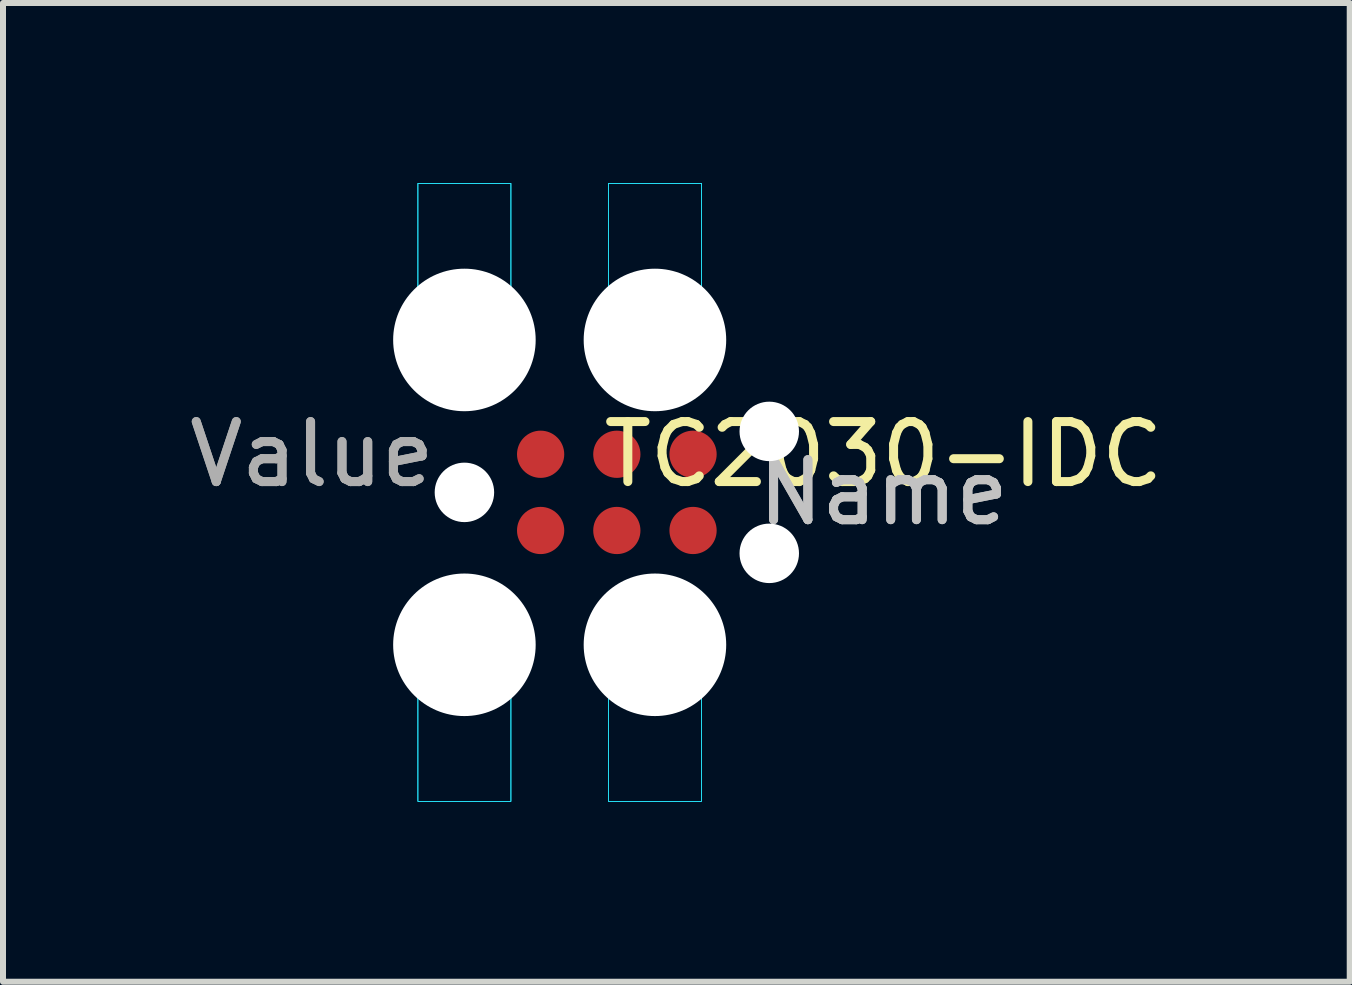
<source format=kicad_pcb>
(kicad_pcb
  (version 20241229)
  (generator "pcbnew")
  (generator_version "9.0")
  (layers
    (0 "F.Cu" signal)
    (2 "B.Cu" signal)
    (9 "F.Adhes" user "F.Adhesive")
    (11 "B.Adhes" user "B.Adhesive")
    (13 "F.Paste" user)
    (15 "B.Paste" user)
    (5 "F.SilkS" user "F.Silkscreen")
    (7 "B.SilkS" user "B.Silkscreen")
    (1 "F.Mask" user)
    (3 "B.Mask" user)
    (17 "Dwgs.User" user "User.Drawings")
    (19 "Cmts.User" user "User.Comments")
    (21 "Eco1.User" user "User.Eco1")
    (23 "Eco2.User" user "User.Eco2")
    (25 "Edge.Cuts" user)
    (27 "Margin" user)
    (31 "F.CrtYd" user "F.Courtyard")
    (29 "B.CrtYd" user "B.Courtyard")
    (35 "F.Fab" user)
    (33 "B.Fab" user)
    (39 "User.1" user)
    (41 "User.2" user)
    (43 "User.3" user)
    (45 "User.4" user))
  (footprint "TC2030-IDC"
    (layer "F.Cu")
    (at 7.229 5.155)
    (property "Reference" "TC2030-IDC" (at 4.445 -0.635 180) (layer "F.SilkS") (effects (font (size 1 1) (thickness 0.15))))
    (attr through_hole)
    (fp_poly (pts (xy -3.315 -5.15) (xy -1.765 -5.15) (xy -1.765 -2.54) (xy -3.315 -2.54)) (stroke (width 0.01) (type solid)) (fill no) (layer "B.CrtYd"))
    (fp_poly (pts (xy -3.315 -5.15) (xy -1.765 -5.15) (xy -1.765 -2.54) (xy -3.315 -2.54)) (stroke (width 0.01) (type solid)) (fill no) (layer "B.CrtYd"))
    (fp_poly (pts (xy -3.315 -5.15) (xy -1.765 -5.15) (xy -1.765 -2.54) (xy -3.315 -2.54)) (stroke (width 0.01) (type solid)) (fill no) (layer "B.CrtYd"))
    (fp_poly (pts (xy -3.315 2.54) (xy -1.765 2.54) (xy -1.765 5.15) (xy -3.315 5.15)) (stroke (width 0.01) (type solid)) (fill no) (layer "B.CrtYd"))
    (fp_poly (pts (xy -3.315 2.54) (xy -1.765 2.54) (xy -1.765 5.15) (xy -3.315 5.15)) (stroke (width 0.01) (type solid)) (fill no) (layer "B.CrtYd"))
    (fp_poly (pts (xy -3.315 2.54) (xy -1.765 2.54) (xy -1.765 5.15) (xy -3.315 5.15)) (stroke (width 0.01) (type solid)) (fill no) (layer "B.CrtYd"))
    (fp_poly (pts (xy -0.14 -5.15) (xy 1.41 -5.15) (xy 1.41 -2.54) (xy -0.14 -2.54)) (stroke (width 0.01) (type solid)) (fill no) (layer "B.CrtYd"))
    (fp_poly (pts (xy -0.14 -5.15) (xy 1.41 -5.15) (xy 1.41 -2.54) (xy -0.14 -2.54)) (stroke (width 0.01) (type solid)) (fill no) (layer "B.CrtYd"))
    (fp_poly (pts (xy -0.14 -5.15) (xy 1.41 -5.15) (xy 1.41 -2.54) (xy -0.14 -2.54)) (stroke (width 0.01) (type solid)) (fill no) (layer "B.CrtYd"))
    (fp_poly (pts (xy -0.14 2.54) (xy 1.41 2.54) (xy 1.41 5.15) (xy -0.14 5.15)) (stroke (width 0.01) (type solid)) (fill no) (layer "B.CrtYd"))
    (fp_poly (pts (xy -0.14 2.54) (xy 1.41 2.54) (xy 1.41 5.15) (xy -0.14 5.15)) (stroke (width 0.01) (type solid)) (fill no) (layer "B.CrtYd"))
    (fp_poly (pts (xy -0.14 2.54) (xy 1.41 2.54) (xy 1.41 5.15) (xy -0.14 5.15)) (stroke (width 0.01) (type solid)) (fill no) (layer "B.CrtYd"))
    (fp_text user "Name" (at 4.445 0 180) (layer "Dwgs.User") (effects (font (size 1 1) (thickness 0.15))))
    (fp_text user "Name" (at 4.445 0 180) (layer "Dwgs.User") (effects (font (size 1 1) (thickness 0.15))))
    (fp_text user "Value" (at -5.08 -0.635 180) (layer "F.Fab") (effects (font (size 1 1) (thickness 0.15))))
    (fp_text user "Value" (at -5.08 -0.635 180) (layer "F.Fab") (effects (font (size 1 1) (thickness 0.15))))
    (pad "" np_thru_hole circle (at -2.54 -2.54) (size 2.375 2.375) (drill 2.375) (layers "*.Cu" "*.Mask"))
    (pad "" np_thru_hole circle (at -2.54 0) (size 0.991 0.991) (drill 0.991) (layers "*.Cu" "*.Mask"))
    (pad "" np_thru_hole circle (at -2.54 2.54) (size 2.375 2.375) (drill 2.375) (layers "*.Cu" "*.Mask"))
    (pad "" np_thru_hole circle (at 0.635 -2.54) (size 2.375 2.375) (drill 2.375) (layers "*.Cu" "*.Mask"))
    (pad "" np_thru_hole circle (at 0.635 2.54) (size 2.375 2.375) (drill 2.375) (layers "*.Cu" "*.Mask"))
    (pad "" np_thru_hole circle (at 2.54 -1.016) (size 0.991 0.991) (drill 0.991) (layers "*.Cu" "*.Mask"))
    (pad "" np_thru_hole circle (at 2.54 1.016) (size 0.991 0.991) (drill 0.991) (layers "*.Cu" "*.Mask"))
    (pad "1" smd circle (at -1.27 0.635) (size 0.787 0.787) (layers "F.Cu" "F.Mask"))
    (pad "2" smd circle (at -1.27 -0.635) (size 0.787 0.787) (layers "F.Cu" "F.Mask"))
    (pad "3" smd circle (at 0 0.635) (size 0.787 0.787) (layers "F.Cu" "F.Mask"))
    (pad "4" smd circle (at 0 -0.635) (size 0.787 0.787) (layers "F.Cu" "F.Mask"))
    (pad "5" smd circle (at 1.27 0.635) (size 0.787 0.787) (layers "F.Cu" "F.Mask"))
    (pad "6" smd circle (at 1.27 -0.635) (size 0.787 0.787) (layers "F.Cu" "F.Mask"))
    (zone (net_name "") (layer "F.Cu") (hatch full 0.508) (connect_pads) (min_thickness 0.01) (filled_areas_thickness no) (keepout (tracks not_allowed) (vias not_allowed) (pads not_allowed) (copperpour not_allowed) (footprints allowed)) (placement (enabled no)) (fill) (polygon (pts (xy 5.959 4.52) (xy 8.499 4.52) (xy 8.499 5.79) (xy 5.959 5.79))))
    (zone (net_name "") (layer "F.Cu") (hatch full 0.508) (connect_pads) (min_thickness 0.01) (filled_areas_thickness no) (keepout (tracks not_allowed) (vias not_allowed) (pads not_allowed) (copperpour not_allowed) (footprints allowed)) (placement (enabled no)) (fill) (polygon (pts (xy 5.959 4.52) (xy 8.499 4.52) (xy 8.499 5.79) (xy 5.959 5.79))))
    (zone (net_name "") (layer "F.Cu") (hatch full 0.508) (connect_pads) (min_thickness 0.01) (filled_areas_thickness no) (keepout (tracks not_allowed) (vias not_allowed) (pads not_allowed) (copperpour not_allowed) (footprints allowed)) (placement (enabled no)) (fill) (polygon (pts (xy 5.959 4.52) (xy 8.499 4.52) (xy 8.499 5.79) (xy 5.959 5.79)))))
  (gr_rect
    (start -3 -3)
    (end 19.442 13.31)
    (stroke (width 0.1) (type default))
    (fill no)
    (layer "Edge.Cuts")))
</source>
